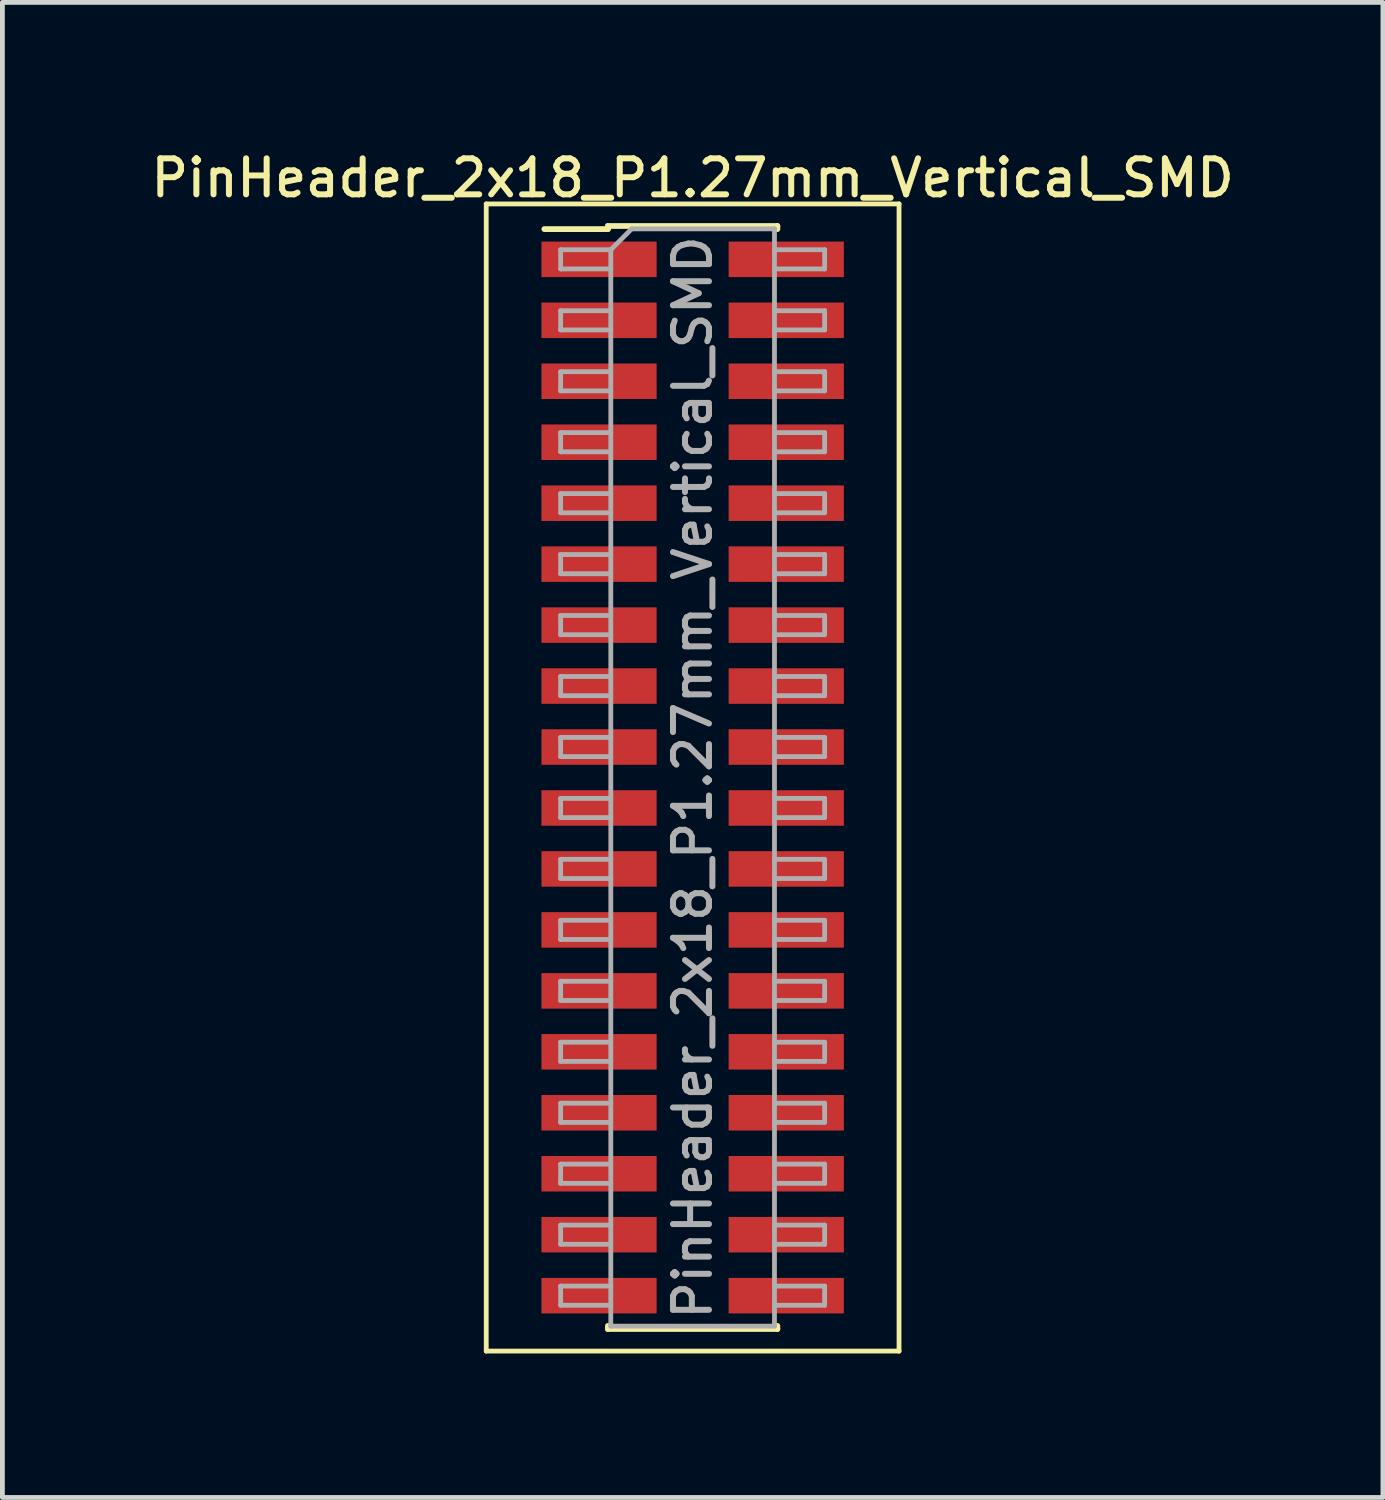
<source format=kicad_pcb>
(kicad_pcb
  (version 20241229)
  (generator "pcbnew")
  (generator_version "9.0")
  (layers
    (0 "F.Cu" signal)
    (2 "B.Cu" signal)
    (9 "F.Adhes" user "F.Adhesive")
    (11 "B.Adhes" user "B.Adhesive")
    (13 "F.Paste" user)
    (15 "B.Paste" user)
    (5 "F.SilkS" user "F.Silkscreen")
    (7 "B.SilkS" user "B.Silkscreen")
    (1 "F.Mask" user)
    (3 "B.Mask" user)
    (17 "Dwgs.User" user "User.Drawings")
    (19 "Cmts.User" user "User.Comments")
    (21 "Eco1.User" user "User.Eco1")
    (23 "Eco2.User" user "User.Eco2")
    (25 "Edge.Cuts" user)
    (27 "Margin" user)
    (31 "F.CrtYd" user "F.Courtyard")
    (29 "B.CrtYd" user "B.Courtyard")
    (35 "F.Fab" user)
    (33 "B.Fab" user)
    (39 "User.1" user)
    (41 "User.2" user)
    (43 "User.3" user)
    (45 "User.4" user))
  (footprint "PinHeader_2x18_P1.27mm_Vertical_SMD"
    (layer "F.Cu")
    (at 11.38 13.148)
    (property "Reference" "PinHeader_2x18_P1.27mm_Vertical_SMD" (at 0 -12.49 0) (layer "F.SilkS") (effects (font (size 0.75 0.75) (thickness 0.125))))
    (attr smd)
    (fp_line (start -4.3 -11.95) (end -4.3 11.95) (stroke (width 0.1) (type solid)) (layer "F.SilkS"))
    (fp_line (start -4.3 11.95) (end 4.3 11.95) (stroke (width 0.1) (type solid)) (layer "F.SilkS"))
    (fp_line (start -3.09 -11.425) (end -1.765 -11.425) (stroke (width 0.12) (type solid)) (layer "F.SilkS"))
    (fp_line (start -1.765 -11.49) (end -1.765 -11.425) (stroke (width 0.12) (type solid)) (layer "F.SilkS"))
    (fp_line (start -1.765 -11.49) (end 1.765 -11.49) (stroke (width 0.12) (type solid)) (layer "F.SilkS"))
    (fp_line (start -1.765 11.425) (end -1.765 11.49) (stroke (width 0.12) (type solid)) (layer "F.SilkS"))
    (fp_line (start -1.765 11.49) (end 1.765 11.49) (stroke (width 0.12) (type solid)) (layer "F.SilkS"))
    (fp_line (start 1.765 -11.49) (end 1.765 -11.425) (stroke (width 0.12) (type solid)) (layer "F.SilkS"))
    (fp_line (start 1.765 11.425) (end 1.765 11.49) (stroke (width 0.12) (type solid)) (layer "F.SilkS"))
    (fp_line (start 4.3 -11.95) (end -4.3 -11.95) (stroke (width 0.1) (type solid)) (layer "F.SilkS"))
    (fp_line (start 4.3 11.95) (end 4.3 -11.95) (stroke (width 0.1) (type solid)) (layer "F.SilkS"))
    (fp_line (start -2.75 -10.995) (end -2.75 -10.595) (stroke (width 0.1) (type solid)) (layer "F.Fab"))
    (fp_line (start -2.75 -10.595) (end -1.705 -10.595) (stroke (width 0.1) (type solid)) (layer "F.Fab"))
    (fp_line (start -2.75 -9.725) (end -2.75 -9.325) (stroke (width 0.1) (type solid)) (layer "F.Fab"))
    (fp_line (start -2.75 -9.325) (end -1.705 -9.325) (stroke (width 0.1) (type solid)) (layer "F.Fab"))
    (fp_line (start -2.75 -8.455) (end -2.75 -8.055) (stroke (width 0.1) (type solid)) (layer "F.Fab"))
    (fp_line (start -2.75 -8.055) (end -1.705 -8.055) (stroke (width 0.1) (type solid)) (layer "F.Fab"))
    (fp_line (start -2.75 -7.185) (end -2.75 -6.785) (stroke (width 0.1) (type solid)) (layer "F.Fab"))
    (fp_line (start -2.75 -6.785) (end -1.705 -6.785) (stroke (width 0.1) (type solid)) (layer "F.Fab"))
    (fp_line (start -2.75 -5.915) (end -2.75 -5.515) (stroke (width 0.1) (type solid)) (layer "F.Fab"))
    (fp_line (start -2.75 -5.515) (end -1.705 -5.515) (stroke (width 0.1) (type solid)) (layer "F.Fab"))
    (fp_line (start -2.75 -4.645) (end -2.75 -4.245) (stroke (width 0.1) (type solid)) (layer "F.Fab"))
    (fp_line (start -2.75 -4.245) (end -1.705 -4.245) (stroke (width 0.1) (type solid)) (layer "F.Fab"))
    (fp_line (start -2.75 -3.375) (end -2.75 -2.975) (stroke (width 0.1) (type solid)) (layer "F.Fab"))
    (fp_line (start -2.75 -2.975) (end -1.705 -2.975) (stroke (width 0.1) (type solid)) (layer "F.Fab"))
    (fp_line (start -2.75 -2.105) (end -2.75 -1.705) (stroke (width 0.1) (type solid)) (layer "F.Fab"))
    (fp_line (start -2.75 -1.705) (end -1.705 -1.705) (stroke (width 0.1) (type solid)) (layer "F.Fab"))
    (fp_line (start -2.75 -0.835) (end -2.75 -0.435) (stroke (width 0.1) (type solid)) (layer "F.Fab"))
    (fp_line (start -2.75 -0.435) (end -1.705 -0.435) (stroke (width 0.1) (type solid)) (layer "F.Fab"))
    (fp_line (start -2.75 0.435) (end -2.75 0.835) (stroke (width 0.1) (type solid)) (layer "F.Fab"))
    (fp_line (start -2.75 0.835) (end -1.705 0.835) (stroke (width 0.1) (type solid)) (layer "F.Fab"))
    (fp_line (start -2.75 1.705) (end -2.75 2.105) (stroke (width 0.1) (type solid)) (layer "F.Fab"))
    (fp_line (start -2.75 2.105) (end -1.705 2.105) (stroke (width 0.1) (type solid)) (layer "F.Fab"))
    (fp_line (start -2.75 2.975) (end -2.75 3.375) (stroke (width 0.1) (type solid)) (layer "F.Fab"))
    (fp_line (start -2.75 3.375) (end -1.705 3.375) (stroke (width 0.1) (type solid)) (layer "F.Fab"))
    (fp_line (start -2.75 4.245) (end -2.75 4.645) (stroke (width 0.1) (type solid)) (layer "F.Fab"))
    (fp_line (start -2.75 4.645) (end -1.705 4.645) (stroke (width 0.1) (type solid)) (layer "F.Fab"))
    (fp_line (start -2.75 5.515) (end -2.75 5.915) (stroke (width 0.1) (type solid)) (layer "F.Fab"))
    (fp_line (start -2.75 5.915) (end -1.705 5.915) (stroke (width 0.1) (type solid)) (layer "F.Fab"))
    (fp_line (start -2.75 6.785) (end -2.75 7.185) (stroke (width 0.1) (type solid)) (layer "F.Fab"))
    (fp_line (start -2.75 7.185) (end -1.705 7.185) (stroke (width 0.1) (type solid)) (layer "F.Fab"))
    (fp_line (start -2.75 8.055) (end -2.75 8.455) (stroke (width 0.1) (type solid)) (layer "F.Fab"))
    (fp_line (start -2.75 8.455) (end -1.705 8.455) (stroke (width 0.1) (type solid)) (layer "F.Fab"))
    (fp_line (start -2.75 9.325) (end -2.75 9.725) (stroke (width 0.1) (type solid)) (layer "F.Fab"))
    (fp_line (start -2.75 9.725) (end -1.705 9.725) (stroke (width 0.1) (type solid)) (layer "F.Fab"))
    (fp_line (start -2.75 10.595) (end -2.75 10.995) (stroke (width 0.1) (type solid)) (layer "F.Fab"))
    (fp_line (start -2.75 10.995) (end -1.705 10.995) (stroke (width 0.1) (type solid)) (layer "F.Fab"))
    (fp_line (start -1.705 -10.995) (end -2.75 -10.995) (stroke (width 0.1) (type solid)) (layer "F.Fab"))
    (fp_line (start -1.705 -10.995) (end -1.27 -11.43) (stroke (width 0.1) (type solid)) (layer "F.Fab"))
    (fp_line (start -1.705 -9.725) (end -2.75 -9.725) (stroke (width 0.1) (type solid)) (layer "F.Fab"))
    (fp_line (start -1.705 -8.455) (end -2.75 -8.455) (stroke (width 0.1) (type solid)) (layer "F.Fab"))
    (fp_line (start -1.705 -7.185) (end -2.75 -7.185) (stroke (width 0.1) (type solid)) (layer "F.Fab"))
    (fp_line (start -1.705 -5.915) (end -2.75 -5.915) (stroke (width 0.1) (type solid)) (layer "F.Fab"))
    (fp_line (start -1.705 -4.645) (end -2.75 -4.645) (stroke (width 0.1) (type solid)) (layer "F.Fab"))
    (fp_line (start -1.705 -3.375) (end -2.75 -3.375) (stroke (width 0.1) (type solid)) (layer "F.Fab"))
    (fp_line (start -1.705 -2.105) (end -2.75 -2.105) (stroke (width 0.1) (type solid)) (layer "F.Fab"))
    (fp_line (start -1.705 -0.835) (end -2.75 -0.835) (stroke (width 0.1) (type solid)) (layer "F.Fab"))
    (fp_line (start -1.705 0.435) (end -2.75 0.435) (stroke (width 0.1) (type solid)) (layer "F.Fab"))
    (fp_line (start -1.705 1.705) (end -2.75 1.705) (stroke (width 0.1) (type solid)) (layer "F.Fab"))
    (fp_line (start -1.705 2.975) (end -2.75 2.975) (stroke (width 0.1) (type solid)) (layer "F.Fab"))
    (fp_line (start -1.705 4.245) (end -2.75 4.245) (stroke (width 0.1) (type solid)) (layer "F.Fab"))
    (fp_line (start -1.705 5.515) (end -2.75 5.515) (stroke (width 0.1) (type solid)) (layer "F.Fab"))
    (fp_line (start -1.705 6.785) (end -2.75 6.785) (stroke (width 0.1) (type solid)) (layer "F.Fab"))
    (fp_line (start -1.705 8.055) (end -2.75 8.055) (stroke (width 0.1) (type solid)) (layer "F.Fab"))
    (fp_line (start -1.705 9.325) (end -2.75 9.325) (stroke (width 0.1) (type solid)) (layer "F.Fab"))
    (fp_line (start -1.705 10.595) (end -2.75 10.595) (stroke (width 0.1) (type solid)) (layer "F.Fab"))
    (fp_line (start -1.705 11.43) (end -1.705 -10.995) (stroke (width 0.1) (type solid)) (layer "F.Fab"))
    (fp_line (start -1.27 -11.43) (end 1.705 -11.43) (stroke (width 0.1) (type solid)) (layer "F.Fab"))
    (fp_line (start 1.705 -11.43) (end 1.705 11.43) (stroke (width 0.1) (type solid)) (layer "F.Fab"))
    (fp_line (start 1.705 -10.995) (end 2.75 -10.995) (stroke (width 0.1) (type solid)) (layer "F.Fab"))
    (fp_line (start 1.705 -9.725) (end 2.75 -9.725) (stroke (width 0.1) (type solid)) (layer "F.Fab"))
    (fp_line (start 1.705 -8.455) (end 2.75 -8.455) (stroke (width 0.1) (type solid)) (layer "F.Fab"))
    (fp_line (start 1.705 -7.185) (end 2.75 -7.185) (stroke (width 0.1) (type solid)) (layer "F.Fab"))
    (fp_line (start 1.705 -5.915) (end 2.75 -5.915) (stroke (width 0.1) (type solid)) (layer "F.Fab"))
    (fp_line (start 1.705 -4.645) (end 2.75 -4.645) (stroke (width 0.1) (type solid)) (layer "F.Fab"))
    (fp_line (start 1.705 -3.375) (end 2.75 -3.375) (stroke (width 0.1) (type solid)) (layer "F.Fab"))
    (fp_line (start 1.705 -2.105) (end 2.75 -2.105) (stroke (width 0.1) (type solid)) (layer "F.Fab"))
    (fp_line (start 1.705 -0.835) (end 2.75 -0.835) (stroke (width 0.1) (type solid)) (layer "F.Fab"))
    (fp_line (start 1.705 0.435) (end 2.75 0.435) (stroke (width 0.1) (type solid)) (layer "F.Fab"))
    (fp_line (start 1.705 1.705) (end 2.75 1.705) (stroke (width 0.1) (type solid)) (layer "F.Fab"))
    (fp_line (start 1.705 2.975) (end 2.75 2.975) (stroke (width 0.1) (type solid)) (layer "F.Fab"))
    (fp_line (start 1.705 4.245) (end 2.75 4.245) (stroke (width 0.1) (type solid)) (layer "F.Fab"))
    (fp_line (start 1.705 5.515) (end 2.75 5.515) (stroke (width 0.1) (type solid)) (layer "F.Fab"))
    (fp_line (start 1.705 6.785) (end 2.75 6.785) (stroke (width 0.1) (type solid)) (layer "F.Fab"))
    (fp_line (start 1.705 8.055) (end 2.75 8.055) (stroke (width 0.1) (type solid)) (layer "F.Fab"))
    (fp_line (start 1.705 9.325) (end 2.75 9.325) (stroke (width 0.1) (type solid)) (layer "F.Fab"))
    (fp_line (start 1.705 10.595) (end 2.75 10.595) (stroke (width 0.1) (type solid)) (layer "F.Fab"))
    (fp_line (start 1.705 11.43) (end -1.705 11.43) (stroke (width 0.1) (type solid)) (layer "F.Fab"))
    (fp_line (start 2.75 -10.995) (end 2.75 -10.595) (stroke (width 0.1) (type solid)) (layer "F.Fab"))
    (fp_line (start 2.75 -10.595) (end 1.705 -10.595) (stroke (width 0.1) (type solid)) (layer "F.Fab"))
    (fp_line (start 2.75 -9.725) (end 2.75 -9.325) (stroke (width 0.1) (type solid)) (layer "F.Fab"))
    (fp_line (start 2.75 -9.325) (end 1.705 -9.325) (stroke (width 0.1) (type solid)) (layer "F.Fab"))
    (fp_line (start 2.75 -8.455) (end 2.75 -8.055) (stroke (width 0.1) (type solid)) (layer "F.Fab"))
    (fp_line (start 2.75 -8.055) (end 1.705 -8.055) (stroke (width 0.1) (type solid)) (layer "F.Fab"))
    (fp_line (start 2.75 -7.185) (end 2.75 -6.785) (stroke (width 0.1) (type solid)) (layer "F.Fab"))
    (fp_line (start 2.75 -6.785) (end 1.705 -6.785) (stroke (width 0.1) (type solid)) (layer "F.Fab"))
    (fp_line (start 2.75 -5.915) (end 2.75 -5.515) (stroke (width 0.1) (type solid)) (layer "F.Fab"))
    (fp_line (start 2.75 -5.515) (end 1.705 -5.515) (stroke (width 0.1) (type solid)) (layer "F.Fab"))
    (fp_line (start 2.75 -4.645) (end 2.75 -4.245) (stroke (width 0.1) (type solid)) (layer "F.Fab"))
    (fp_line (start 2.75 -4.245) (end 1.705 -4.245) (stroke (width 0.1) (type solid)) (layer "F.Fab"))
    (fp_line (start 2.75 -3.375) (end 2.75 -2.975) (stroke (width 0.1) (type solid)) (layer "F.Fab"))
    (fp_line (start 2.75 -2.975) (end 1.705 -2.975) (stroke (width 0.1) (type solid)) (layer "F.Fab"))
    (fp_line (start 2.75 -2.105) (end 2.75 -1.705) (stroke (width 0.1) (type solid)) (layer "F.Fab"))
    (fp_line (start 2.75 -1.705) (end 1.705 -1.705) (stroke (width 0.1) (type solid)) (layer "F.Fab"))
    (fp_line (start 2.75 -0.835) (end 2.75 -0.435) (stroke (width 0.1) (type solid)) (layer "F.Fab"))
    (fp_line (start 2.75 -0.435) (end 1.705 -0.435) (stroke (width 0.1) (type solid)) (layer "F.Fab"))
    (fp_line (start 2.75 0.435) (end 2.75 0.835) (stroke (width 0.1) (type solid)) (layer "F.Fab"))
    (fp_line (start 2.75 0.835) (end 1.705 0.835) (stroke (width 0.1) (type solid)) (layer "F.Fab"))
    (fp_line (start 2.75 1.705) (end 2.75 2.105) (stroke (width 0.1) (type solid)) (layer "F.Fab"))
    (fp_line (start 2.75 2.105) (end 1.705 2.105) (stroke (width 0.1) (type solid)) (layer "F.Fab"))
    (fp_line (start 2.75 2.975) (end 2.75 3.375) (stroke (width 0.1) (type solid)) (layer "F.Fab"))
    (fp_line (start 2.75 3.375) (end 1.705 3.375) (stroke (width 0.1) (type solid)) (layer "F.Fab"))
    (fp_line (start 2.75 4.245) (end 2.75 4.645) (stroke (width 0.1) (type solid)) (layer "F.Fab"))
    (fp_line (start 2.75 4.645) (end 1.705 4.645) (stroke (width 0.1) (type solid)) (layer "F.Fab"))
    (fp_line (start 2.75 5.515) (end 2.75 5.915) (stroke (width 0.1) (type solid)) (layer "F.Fab"))
    (fp_line (start 2.75 5.915) (end 1.705 5.915) (stroke (width 0.1) (type solid)) (layer "F.Fab"))
    (fp_line (start 2.75 6.785) (end 2.75 7.185) (stroke (width 0.1) (type solid)) (layer "F.Fab"))
    (fp_line (start 2.75 7.185) (end 1.705 7.185) (stroke (width 0.1) (type solid)) (layer "F.Fab"))
    (fp_line (start 2.75 8.055) (end 2.75 8.455) (stroke (width 0.1) (type solid)) (layer "F.Fab"))
    (fp_line (start 2.75 8.455) (end 1.705 8.455) (stroke (width 0.1) (type solid)) (layer "F.Fab"))
    (fp_line (start 2.75 9.325) (end 2.75 9.725) (stroke (width 0.1) (type solid)) (layer "F.Fab"))
    (fp_line (start 2.75 9.725) (end 1.705 9.725) (stroke (width 0.1) (type solid)) (layer "F.Fab"))
    (fp_line (start 2.75 10.595) (end 2.75 10.995) (stroke (width 0.1) (type solid)) (layer "F.Fab"))
    (fp_line (start 2.75 10.995) (end 1.705 10.995) (stroke (width 0.1) (type solid)) (layer "F.Fab"))
    (fp_text user "${REFERENCE}" (at 0 0 90) (layer "F.Fab") (effects (font (size 0.75 0.75) (thickness 0.125))))
    (pad "1" smd rect (at -1.95 -10.795) (size 2.4 0.74) (layers "F.Cu" "F.Mask" "F.Paste"))
    (pad "2" smd rect (at 1.95 -10.795) (size 2.4 0.74) (layers "F.Cu" "F.Mask" "F.Paste"))
    (pad "3" smd rect (at -1.95 -9.525) (size 2.4 0.74) (layers "F.Cu" "F.Mask" "F.Paste"))
    (pad "4" smd rect (at 1.95 -9.525) (size 2.4 0.74) (layers "F.Cu" "F.Mask" "F.Paste"))
    (pad "5" smd rect (at -1.95 -8.255) (size 2.4 0.74) (layers "F.Cu" "F.Mask" "F.Paste"))
    (pad "6" smd rect (at 1.95 -8.255) (size 2.4 0.74) (layers "F.Cu" "F.Mask" "F.Paste"))
    (pad "7" smd rect (at -1.95 -6.985) (size 2.4 0.74) (layers "F.Cu" "F.Mask" "F.Paste"))
    (pad "8" smd rect (at 1.95 -6.985) (size 2.4 0.74) (layers "F.Cu" "F.Mask" "F.Paste"))
    (pad "9" smd rect (at -1.95 -5.715) (size 2.4 0.74) (layers "F.Cu" "F.Mask" "F.Paste"))
    (pad "10" smd rect (at 1.95 -5.715) (size 2.4 0.74) (layers "F.Cu" "F.Mask" "F.Paste"))
    (pad "11" smd rect (at -1.95 -4.445) (size 2.4 0.74) (layers "F.Cu" "F.Mask" "F.Paste"))
    (pad "12" smd rect (at 1.95 -4.445) (size 2.4 0.74) (layers "F.Cu" "F.Mask" "F.Paste"))
    (pad "13" smd rect (at -1.95 -3.175) (size 2.4 0.74) (layers "F.Cu" "F.Mask" "F.Paste"))
    (pad "14" smd rect (at 1.95 -3.175) (size 2.4 0.74) (layers "F.Cu" "F.Mask" "F.Paste"))
    (pad "15" smd rect (at -1.95 -1.905) (size 2.4 0.74) (layers "F.Cu" "F.Mask" "F.Paste"))
    (pad "16" smd rect (at 1.95 -1.905) (size 2.4 0.74) (layers "F.Cu" "F.Mask" "F.Paste"))
    (pad "17" smd rect (at -1.95 -0.635) (size 2.4 0.74) (layers "F.Cu" "F.Mask" "F.Paste"))
    (pad "18" smd rect (at 1.95 -0.635) (size 2.4 0.74) (layers "F.Cu" "F.Mask" "F.Paste"))
    (pad "19" smd rect (at -1.95 0.635) (size 2.4 0.74) (layers "F.Cu" "F.Mask" "F.Paste"))
    (pad "20" smd rect (at 1.95 0.635) (size 2.4 0.74) (layers "F.Cu" "F.Mask" "F.Paste"))
    (pad "21" smd rect (at -1.95 1.905) (size 2.4 0.74) (layers "F.Cu" "F.Mask" "F.Paste"))
    (pad "22" smd rect (at 1.95 1.905) (size 2.4 0.74) (layers "F.Cu" "F.Mask" "F.Paste"))
    (pad "23" smd rect (at -1.95 3.175) (size 2.4 0.74) (layers "F.Cu" "F.Mask" "F.Paste"))
    (pad "24" smd rect (at 1.95 3.175) (size 2.4 0.74) (layers "F.Cu" "F.Mask" "F.Paste"))
    (pad "25" smd rect (at -1.95 4.445) (size 2.4 0.74) (layers "F.Cu" "F.Mask" "F.Paste"))
    (pad "26" smd rect (at 1.95 4.445) (size 2.4 0.74) (layers "F.Cu" "F.Mask" "F.Paste"))
    (pad "27" smd rect (at -1.95 5.715) (size 2.4 0.74) (layers "F.Cu" "F.Mask" "F.Paste"))
    (pad "28" smd rect (at 1.95 5.715) (size 2.4 0.74) (layers "F.Cu" "F.Mask" "F.Paste"))
    (pad "29" smd rect (at -1.95 6.985) (size 2.4 0.74) (layers "F.Cu" "F.Mask" "F.Paste"))
    (pad "30" smd rect (at 1.95 6.985) (size 2.4 0.74) (layers "F.Cu" "F.Mask" "F.Paste"))
    (pad "31" smd rect (at -1.95 8.255) (size 2.4 0.74) (layers "F.Cu" "F.Mask" "F.Paste"))
    (pad "32" smd rect (at 1.95 8.255) (size 2.4 0.74) (layers "F.Cu" "F.Mask" "F.Paste"))
    (pad "33" smd rect (at -1.95 9.525) (size 2.4 0.74) (layers "F.Cu" "F.Mask" "F.Paste"))
    (pad "34" smd rect (at 1.95 9.525) (size 2.4 0.74) (layers "F.Cu" "F.Mask" "F.Paste"))
    (pad "35" smd rect (at -1.95 10.795) (size 2.4 0.74) (layers "F.Cu" "F.Mask" "F.Paste"))
    (pad "36" smd rect (at 1.95 10.795) (size 2.4 0.74) (layers "F.Cu" "F.Mask" "F.Paste")))
  (gr_rect
    (start -3 -3)
    (end 25.761 28.148)
    (stroke (width 0.1) (type default))
    (fill no)
    (layer "Edge.Cuts")))
</source>
